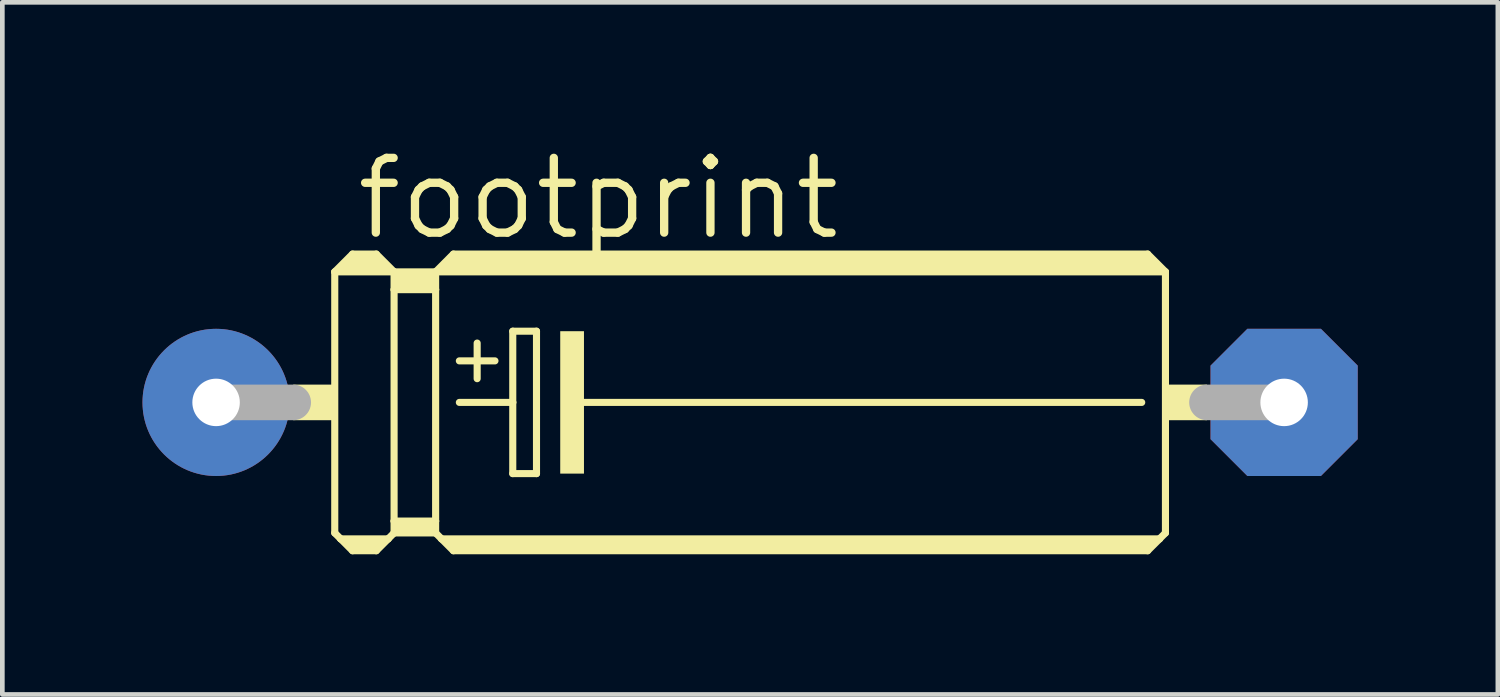
<source format=kicad_pcb>
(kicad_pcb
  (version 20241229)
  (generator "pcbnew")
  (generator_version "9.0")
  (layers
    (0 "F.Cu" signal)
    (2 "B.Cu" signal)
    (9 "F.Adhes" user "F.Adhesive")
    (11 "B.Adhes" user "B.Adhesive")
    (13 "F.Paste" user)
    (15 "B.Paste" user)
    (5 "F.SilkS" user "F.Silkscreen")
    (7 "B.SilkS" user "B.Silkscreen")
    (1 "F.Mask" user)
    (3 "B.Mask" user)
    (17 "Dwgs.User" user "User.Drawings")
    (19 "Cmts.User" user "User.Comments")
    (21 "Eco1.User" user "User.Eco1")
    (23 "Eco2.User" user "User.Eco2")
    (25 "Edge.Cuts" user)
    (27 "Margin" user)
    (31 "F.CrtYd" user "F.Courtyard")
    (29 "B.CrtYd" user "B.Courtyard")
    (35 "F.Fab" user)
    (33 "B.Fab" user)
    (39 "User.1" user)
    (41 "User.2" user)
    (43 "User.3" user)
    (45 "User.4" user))
  (footprint "footprint"
    (layer "F.Cu")
    (at 13.005 5.563)
    (property "Reference" "footprint" (at -8.509 -3.429 0) (layer "F.SilkS") (effects (font (size 1.6 1.6) (thickness 0.178)) (justify left bottom)))
    (fp_line (start -8.89 -2.794) (end -8.89 2.794) (stroke (width 0.152) (type solid)) (layer "F.SilkS"))
    (fp_line (start -8.89 -2.794) (end -8.509 -3.175) (stroke (width 0.152) (type solid)) (layer "F.SilkS"))
    (fp_line (start -8.89 -2.794) (end -7.62 -2.794) (stroke (width 0.152) (type solid)) (layer "F.SilkS"))
    (fp_line (start -8.89 2.794) (end -8.763 2.921) (stroke (width 0.152) (type solid)) (layer "F.SilkS"))
    (fp_line (start -8.763 2.921) (end -8.509 3.175) (stroke (width 0.152) (type solid)) (layer "F.SilkS"))
    (fp_line (start -8.763 2.921) (end -7.747 2.921) (stroke (width 0.152) (type solid)) (layer "F.SilkS"))
    (fp_line (start -8.636 -2.921) (end -7.874 -2.921) (stroke (width 0.305) (type solid)) (layer "F.SilkS"))
    (fp_line (start -8.509 -3.175) (end -8.001 -3.175) (stroke (width 0.152) (type solid)) (layer "F.SilkS"))
    (fp_line (start -8.509 -3.048) (end -8.001 -3.048) (stroke (width 0.305) (type solid)) (layer "F.SilkS"))
    (fp_line (start -8.509 3.048) (end -8.001 3.048) (stroke (width 0.254) (type solid)) (layer "F.SilkS"))
    (fp_line (start -8.509 3.175) (end -8.001 3.175) (stroke (width 0.152) (type solid)) (layer "F.SilkS"))
    (fp_line (start -7.747 2.921) (end -8.001 3.175) (stroke (width 0.152) (type solid)) (layer "F.SilkS"))
    (fp_line (start -7.62 -2.794) (end -8.001 -3.175) (stroke (width 0.152) (type solid)) (layer "F.SilkS"))
    (fp_line (start -7.62 -2.794) (end -7.62 -2.413) (stroke (width 0.152) (type solid)) (layer "F.SilkS"))
    (fp_line (start -7.62 -2.794) (end -6.731 -2.794) (stroke (width 0.152) (type solid)) (layer "F.SilkS"))
    (fp_line (start -7.62 -2.413) (end -6.731 -2.413) (stroke (width 0.152) (type solid)) (layer "F.SilkS"))
    (fp_line (start -7.62 2.54) (end -7.62 -2.413) (stroke (width 0.152) (type solid)) (layer "F.SilkS"))
    (fp_line (start -7.62 2.54) (end -6.731 2.54) (stroke (width 0.152) (type solid)) (layer "F.SilkS"))
    (fp_line (start -7.62 2.794) (end -7.747 2.921) (stroke (width 0.152) (type solid)) (layer "F.SilkS"))
    (fp_line (start -7.62 2.794) (end -7.62 2.54) (stroke (width 0.152) (type solid)) (layer "F.SilkS"))
    (fp_line (start -7.62 2.794) (end -6.731 2.794) (stroke (width 0.152) (type solid)) (layer "F.SilkS"))
    (fp_line (start -7.493 -2.667) (end -6.858 -2.667) (stroke (width 0.305) (type solid)) (layer "F.SilkS"))
    (fp_line (start -7.493 -2.54) (end -6.858 -2.54) (stroke (width 0.305) (type solid)) (layer "F.SilkS"))
    (fp_line (start -7.493 2.667) (end -6.858 2.667) (stroke (width 0.254) (type solid)) (layer "F.SilkS"))
    (fp_line (start -6.731 -2.794) (end -6.731 -2.413) (stroke (width 0.152) (type solid)) (layer "F.SilkS"))
    (fp_line (start -6.731 -2.794) (end 8.89 -2.794) (stroke (width 0.152) (type solid)) (layer "F.SilkS"))
    (fp_line (start -6.731 -2.413) (end -6.731 2.54) (stroke (width 0.152) (type solid)) (layer "F.SilkS"))
    (fp_line (start -6.731 2.54) (end -6.731 2.794) (stroke (width 0.152) (type solid)) (layer "F.SilkS"))
    (fp_line (start -6.604 2.921) (end -6.731 2.794) (stroke (width 0.152) (type solid)) (layer "F.SilkS"))
    (fp_line (start -6.604 2.921) (end 8.763 2.921) (stroke (width 0.152) (type solid)) (layer "F.SilkS"))
    (fp_line (start -6.477 -2.921) (end 8.636 -2.921) (stroke (width 0.305) (type solid)) (layer "F.SilkS"))
    (fp_line (start -6.35 -3.175) (end -6.731 -2.794) (stroke (width 0.152) (type solid)) (layer "F.SilkS"))
    (fp_line (start -6.35 -3.175) (end 8.509 -3.175) (stroke (width 0.152) (type solid)) (layer "F.SilkS"))
    (fp_line (start -6.35 -3.048) (end 8.509 -3.048) (stroke (width 0.305) (type solid)) (layer "F.SilkS"))
    (fp_line (start -6.35 3.048) (end 8.509 3.048) (stroke (width 0.254) (type solid)) (layer "F.SilkS"))
    (fp_line (start -6.35 3.175) (end -6.604 2.921) (stroke (width 0.152) (type solid)) (layer "F.SilkS"))
    (fp_line (start -6.35 3.175) (end 8.509 3.175) (stroke (width 0.152) (type solid)) (layer "F.SilkS"))
    (fp_line (start -6.223 -0.889) (end -5.461 -0.889) (stroke (width 0.152) (type solid)) (layer "F.SilkS"))
    (fp_line (start -6.223 0) (end -5.08 0) (stroke (width 0.152) (type solid)) (layer "F.SilkS"))
    (fp_line (start -5.842 -1.27) (end -5.842 -0.508) (stroke (width 0.152) (type solid)) (layer "F.SilkS"))
    (fp_line (start -5.08 -1.524) (end -5.08 0) (stroke (width 0.152) (type solid)) (layer "F.SilkS"))
    (fp_line (start -5.08 0) (end -5.08 1.524) (stroke (width 0.152) (type solid)) (layer "F.SilkS"))
    (fp_line (start -5.08 1.524) (end -4.572 1.524) (stroke (width 0.152) (type solid)) (layer "F.SilkS"))
    (fp_line (start -4.572 -1.524) (end -5.08 -1.524) (stroke (width 0.152) (type solid)) (layer "F.SilkS"))
    (fp_line (start -4.572 1.524) (end -4.572 -1.524) (stroke (width 0.152) (type solid)) (layer "F.SilkS"))
    (fp_line (start -3.683 0) (end 8.382 0) (stroke (width 0.152) (type solid)) (layer "F.SilkS"))
    (fp_line (start 8.509 -3.175) (end 8.89 -2.794) (stroke (width 0.152) (type solid)) (layer "F.SilkS"))
    (fp_line (start 8.509 3.175) (end 8.763 2.921) (stroke (width 0.152) (type solid)) (layer "F.SilkS"))
    (fp_line (start 8.763 2.921) (end 8.89 2.794) (stroke (width 0.152) (type solid)) (layer "F.SilkS"))
    (fp_line (start 8.89 -2.794) (end 8.89 2.794) (stroke (width 0.152) (type solid)) (layer "F.SilkS"))
    (fp_poly (pts (xy -9.779 0.381) (xy -8.89 0.381) (xy -8.89 -0.381) (xy -9.779 -0.381)) (stroke (width 0) (type solid)) (fill yes) (layer "F.SilkS"))
    (fp_poly (pts (xy -4.064 1.524) (xy -3.556 1.524) (xy -3.556 -1.524) (xy -4.064 -1.524)) (stroke (width 0) (type solid)) (fill yes) (layer "F.SilkS"))
    (fp_poly (pts (xy 8.89 0.381) (xy 9.779 0.381) (xy 9.779 -0.381) (xy 8.89 -0.381)) (stroke (width 0) (type solid)) (fill yes) (layer "F.SilkS"))
    (fp_line (start -11.43 0) (end -9.779 0) (stroke (width 0.762) (type solid)) (layer "F.Fab"))
    (fp_line (start 11.43 0) (end 9.779 0) (stroke (width 0.762) (type solid)) (layer "F.Fab"))
    (pad "+" thru_hole circle (at -11.43 0) (size 3.15 3.15) (drill 1.016) (layers "*.Cu" "*.Mask"))
    (pad "-" thru_hole roundrect (at 11.43 0) (size 3.15 3.15) (drill 1.016) (layers "*.Cu" "*.Mask") (roundrect_rratio 0.25) (chamfer_ratio 0.25) (chamfer top_left top_right bottom_left bottom_right)))
  (gr_rect
    (start -3 -3)
    (end 29.01 11.814)
    (stroke (width 0.1) (type default))
    (fill no)
    (layer "Edge.Cuts")))
</source>
